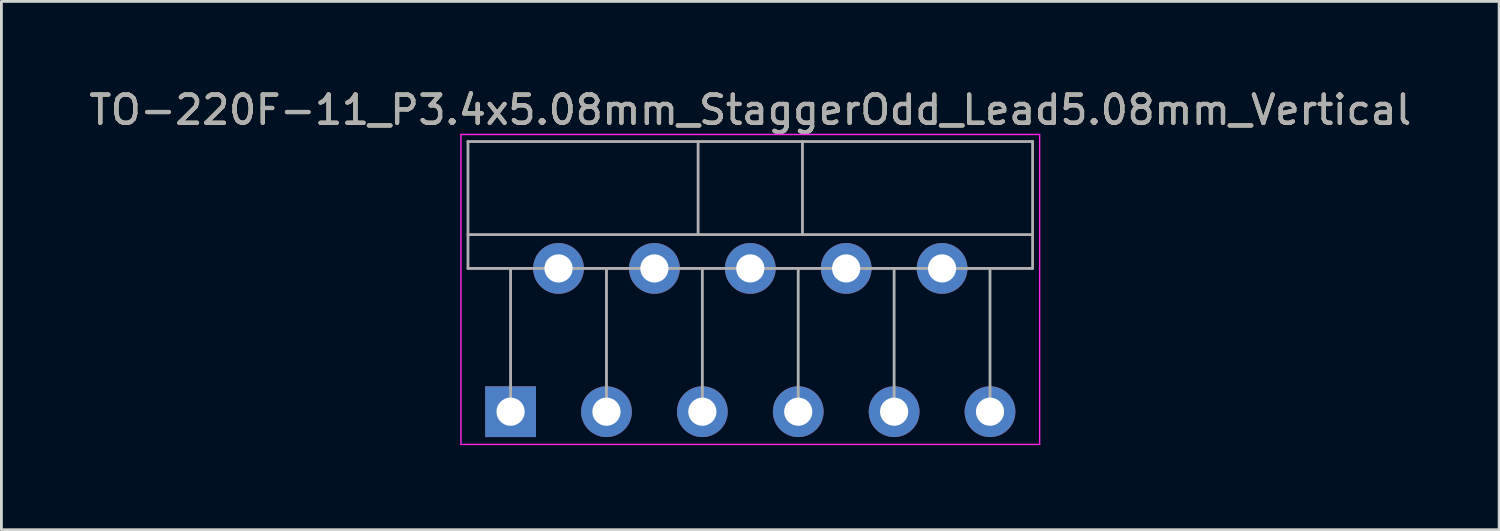
<source format=kicad_pcb>
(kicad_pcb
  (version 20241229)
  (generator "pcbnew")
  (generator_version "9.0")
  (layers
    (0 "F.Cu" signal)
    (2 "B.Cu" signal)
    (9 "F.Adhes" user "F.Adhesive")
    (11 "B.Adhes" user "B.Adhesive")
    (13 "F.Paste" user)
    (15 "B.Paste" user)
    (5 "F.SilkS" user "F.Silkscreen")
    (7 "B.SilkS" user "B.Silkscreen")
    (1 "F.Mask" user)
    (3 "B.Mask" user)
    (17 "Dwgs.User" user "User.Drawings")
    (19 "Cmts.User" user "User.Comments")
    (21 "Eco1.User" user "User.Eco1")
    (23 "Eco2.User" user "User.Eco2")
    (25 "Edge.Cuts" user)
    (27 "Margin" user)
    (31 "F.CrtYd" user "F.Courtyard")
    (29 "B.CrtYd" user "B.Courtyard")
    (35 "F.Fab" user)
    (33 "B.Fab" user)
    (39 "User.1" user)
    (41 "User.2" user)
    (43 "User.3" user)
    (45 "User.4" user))
  (footprint "TO-220F-11_P3.4x5.08mm_StaggerOdd_Lead5.08mm_Vertical"
    (layer "F.Cu")
    (at 15.054 11.548)
    (property "Reference" "TO-220F-11_P3.4x5.08mm_StaggerOdd_Lead5.08mm_Vertical" (at 8.5 -10.7 0) (layer "F.SilkS") (effects (font (size 1 1) (thickness 0.15))))
    (attr through_hole)
    (fp_line (start -1.76 -9.83) (end -1.76 1.16) (stroke (width 0.05) (type solid)) (layer "F.CrtYd"))
    (fp_line (start -1.76 1.16) (end 18.76 1.16) (stroke (width 0.05) (type solid)) (layer "F.CrtYd"))
    (fp_line (start 18.76 -9.83) (end -1.76 -9.83) (stroke (width 0.05) (type solid)) (layer "F.CrtYd"))
    (fp_line (start 18.76 1.16) (end 18.76 -9.83) (stroke (width 0.05) (type solid)) (layer "F.CrtYd"))
    (fp_line (start -1.51 -9.58) (end -1.51 -5.08) (stroke (width 0.1) (type solid)) (layer "F.Fab"))
    (fp_line (start -1.51 -6.28) (end 18.51 -6.28) (stroke (width 0.1) (type solid)) (layer "F.Fab"))
    (fp_line (start -1.51 -5.08) (end 18.51 -5.08) (stroke (width 0.1) (type solid)) (layer "F.Fab"))
    (fp_line (start 0 -5.08) (end 0 0) (stroke (width 0.1) (type solid)) (layer "F.Fab"))
    (fp_line (start 3.4 -5.08) (end 3.4 0) (stroke (width 0.1) (type solid)) (layer "F.Fab"))
    (fp_line (start 6.65 -9.58) (end 6.65 -6.28) (stroke (width 0.1) (type solid)) (layer "F.Fab"))
    (fp_line (start 6.8 -5.08) (end 6.8 0) (stroke (width 0.1) (type solid)) (layer "F.Fab"))
    (fp_line (start 10.2 -5.08) (end 10.2 0) (stroke (width 0.1) (type solid)) (layer "F.Fab"))
    (fp_line (start 10.35 -9.58) (end 10.35 -6.28) (stroke (width 0.1) (type solid)) (layer "F.Fab"))
    (fp_line (start 13.6 -5.08) (end 13.6 0) (stroke (width 0.1) (type solid)) (layer "F.Fab"))
    (fp_line (start 17 -5.08) (end 17 0) (stroke (width 0.1) (type solid)) (layer "F.Fab"))
    (fp_line (start 18.51 -9.58) (end -1.51 -9.58) (stroke (width 0.1) (type solid)) (layer "F.Fab"))
    (fp_line (start 18.51 -5.08) (end 18.51 -9.58) (stroke (width 0.1) (type solid)) (layer "F.Fab"))
    (fp_text user "${REFERENCE}" (at 8.5 -10.7 0) (layer "F.Fab") (effects (font (size 1 1) (thickness 0.15))))
    (pad "1" thru_hole rect (at 0 0) (size 1.8 1.8) (drill 1) (layers "*.Cu" "*.Mask"))
    (pad "2" thru_hole oval (at 1.7 -5.08) (size 1.8 1.8) (drill 1) (layers "*.Cu" "*.Mask"))
    (pad "3" thru_hole oval (at 3.4 0) (size 1.8 1.8) (drill 1) (layers "*.Cu" "*.Mask"))
    (pad "4" thru_hole oval (at 5.1 -5.08) (size 1.8 1.8) (drill 1) (layers "*.Cu" "*.Mask"))
    (pad "5" thru_hole oval (at 6.8 0) (size 1.8 1.8) (drill 1) (layers "*.Cu" "*.Mask"))
    (pad "6" thru_hole oval (at 8.5 -5.08) (size 1.8 1.8) (drill 1) (layers "*.Cu" "*.Mask"))
    (pad "7" thru_hole oval (at 10.2 0) (size 1.8 1.8) (drill 1) (layers "*.Cu" "*.Mask"))
    (pad "8" thru_hole oval (at 11.9 -5.08) (size 1.8 1.8) (drill 1) (layers "*.Cu" "*.Mask"))
    (pad "9" thru_hole oval (at 13.6 0) (size 1.8 1.8) (drill 1) (layers "*.Cu" "*.Mask"))
    (pad "10" thru_hole oval (at 15.3 -5.08) (size 1.8 1.8) (drill 1) (layers "*.Cu" "*.Mask"))
    (pad "11" thru_hole oval (at 17 0) (size 1.8 1.8) (drill 1) (layers "*.Cu" "*.Mask")))
  (gr_rect
    (start -3 -3)
    (end 50.107 15.733)
    (stroke (width 0.1) (type default))
    (fill no)
    (layer "Edge.Cuts")))
</source>
